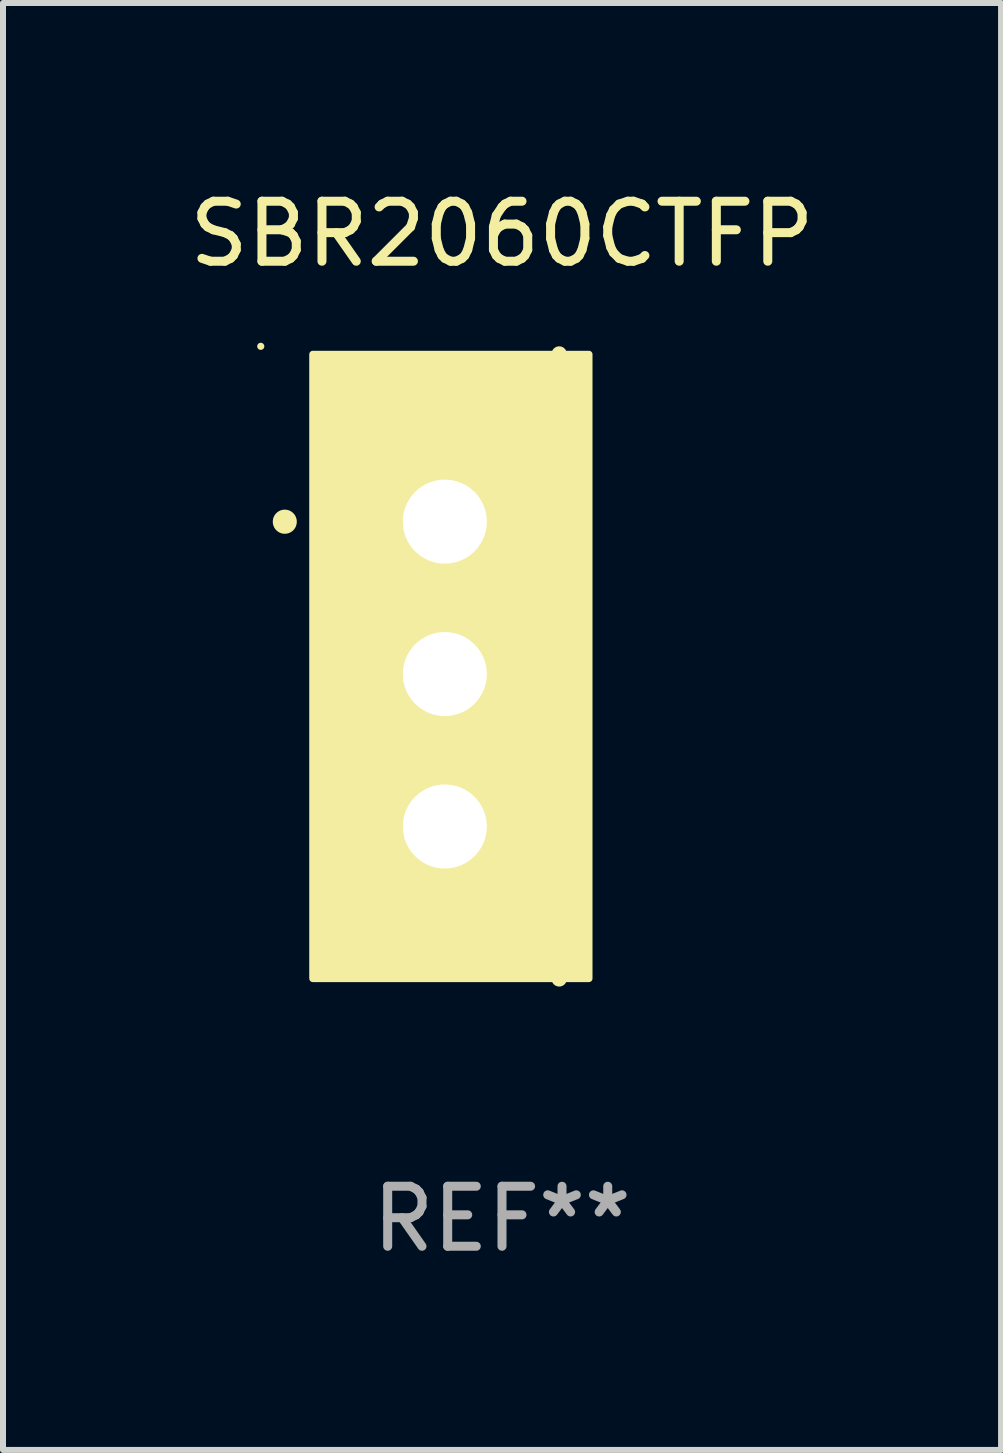
<source format=kicad_pcb>
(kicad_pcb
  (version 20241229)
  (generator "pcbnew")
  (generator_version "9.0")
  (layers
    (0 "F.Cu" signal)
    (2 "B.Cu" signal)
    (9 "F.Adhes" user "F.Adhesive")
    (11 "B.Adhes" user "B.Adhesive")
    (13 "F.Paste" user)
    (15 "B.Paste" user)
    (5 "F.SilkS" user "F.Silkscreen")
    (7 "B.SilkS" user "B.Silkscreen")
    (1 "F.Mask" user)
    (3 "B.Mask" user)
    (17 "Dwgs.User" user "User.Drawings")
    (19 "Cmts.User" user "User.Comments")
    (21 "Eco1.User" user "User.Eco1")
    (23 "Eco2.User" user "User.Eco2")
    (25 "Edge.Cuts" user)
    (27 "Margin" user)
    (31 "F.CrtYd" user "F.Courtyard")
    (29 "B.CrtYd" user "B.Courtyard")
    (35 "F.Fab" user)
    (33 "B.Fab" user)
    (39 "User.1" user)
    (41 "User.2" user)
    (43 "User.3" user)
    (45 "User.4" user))
  (footprint "SBR2060CTFP"
    (layer "F.Cu")
    (at 5.315 8.055)
    (property "Reference" "SBR2060CTFP" (at 0 -7.207 0) (layer "F.SilkS") (effects (font (size 1 1) (thickness 0.15))))
    (attr through_hole)
    (fp_line (start 0.953 5.207) (end 0.953 -5.207) (stroke (width 0.254) (type solid)) (layer "F.SilkS"))
    (fp_arc (start -3.619507 -2.410465) (mid -3.619511 -2.411735) (end -3.619507 -2.413005) (stroke (width 0.4) (type solid)) (layer "F.SilkS"))
    (fp_circle (center -4.02 -5.334) (end -3.99 -5.334) (stroke (width 0.06) (type solid)) (fill no) (layer "F.SilkS"))
    (fp_poly (pts (xy -3.152 -5.2) (xy 1.448 -5.2) (xy 1.448 5.2) (xy -3.152 5.2)) (stroke (width 0.12) (type solid)) (fill yes) (layer "F.SilkS"))
    (fp_text user "REF**" (at 0 9.207 0) (layer "F.Fab") (effects (font (size 1 1) (thickness 0.15))))
    (pad "1" thru_hole rect (at -0.953 -2.413 270) (size 2 2.5) (drill 1.4) (layers "*.Cu" "*.Mask"))
    (pad "2" thru_hole oval (at -0.953 0.127 270) (size 2 2.5) (drill 1.4) (layers "*.Cu" "*.Mask"))
    (pad "3" thru_hole oval (at -0.953 2.667 270) (size 2 2.5) (drill 1.4) (layers "*.Cu" "*.Mask")))
  (gr_rect
    (start -3 -3)
    (end 13.631 21.111)
    (stroke (width 0.1) (type default))
    (fill no)
    (layer "Edge.Cuts")))
</source>
